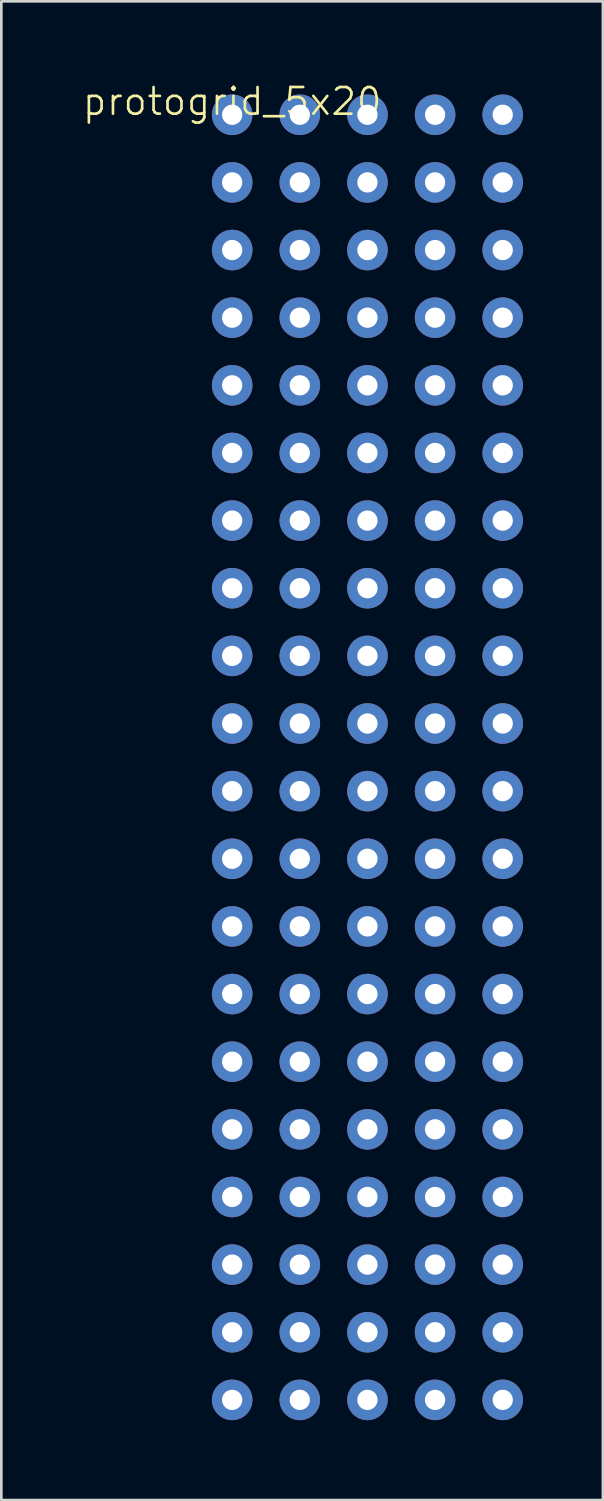
<source format=kicad_pcb>
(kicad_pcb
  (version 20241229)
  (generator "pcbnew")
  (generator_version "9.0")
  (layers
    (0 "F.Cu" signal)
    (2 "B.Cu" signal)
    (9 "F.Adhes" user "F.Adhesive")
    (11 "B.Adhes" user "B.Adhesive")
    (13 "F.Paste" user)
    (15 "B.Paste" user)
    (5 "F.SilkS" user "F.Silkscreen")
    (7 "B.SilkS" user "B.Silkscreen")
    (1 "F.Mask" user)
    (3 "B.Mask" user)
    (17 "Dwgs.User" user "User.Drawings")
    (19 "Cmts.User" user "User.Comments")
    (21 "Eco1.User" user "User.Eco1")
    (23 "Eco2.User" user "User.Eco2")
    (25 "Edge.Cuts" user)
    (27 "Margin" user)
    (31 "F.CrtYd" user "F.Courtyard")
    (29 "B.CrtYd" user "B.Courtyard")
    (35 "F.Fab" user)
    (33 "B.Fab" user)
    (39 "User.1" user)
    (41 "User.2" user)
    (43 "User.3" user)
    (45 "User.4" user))
  (footprint "protogrid_5x20"
    (layer "F.Cu")
    (at 5.669 1.26)
    (property "Reference" "protogrid_5x20" (at 0 -0.5 0) (unlocked yes) (layer "F.SilkS") (effects (font (size 1 1) (thickness 0.1))))
    (attr through_hole)
    (pad "1" thru_hole circle (at 0 0) (size 1.524 1.524) (drill 0.762) (layers "*.Cu" "*.Mask"))
    (pad "2" thru_hole circle (at 2.54 0) (size 1.524 1.524) (drill 0.762) (layers "*.Cu" "*.Mask"))
    (pad "3" thru_hole circle (at 5.08 0) (size 1.524 1.524) (drill 0.762) (layers "*.Cu" "*.Mask"))
    (pad "4" thru_hole circle (at 7.62 0) (size 1.524 1.524) (drill 0.762) (layers "*.Cu" "*.Mask"))
    (pad "5" thru_hole circle (at 10.16 0) (size 1.524 1.524) (drill 0.762) (layers "*.Cu" "*.Mask"))
    (pad "6" thru_hole circle (at 0 2.54) (size 1.524 1.524) (drill 0.762) (layers "*.Cu" "*.Mask"))
    (pad "7" thru_hole circle (at 2.54 2.54) (size 1.524 1.524) (drill 0.762) (layers "*.Cu" "*.Mask"))
    (pad "8" thru_hole circle (at 5.08 2.54) (size 1.524 1.524) (drill 0.762) (layers "*.Cu" "*.Mask"))
    (pad "9" thru_hole circle (at 7.62 2.54) (size 1.524 1.524) (drill 0.762) (layers "*.Cu" "*.Mask"))
    (pad "10" thru_hole circle (at 10.16 2.54) (size 1.524 1.524) (drill 0.762) (layers "*.Cu" "*.Mask"))
    (pad "11" thru_hole circle (at 0 5.08) (size 1.524 1.524) (drill 0.762) (layers "*.Cu" "*.Mask"))
    (pad "12" thru_hole circle (at 2.54 5.08) (size 1.524 1.524) (drill 0.762) (layers "*.Cu" "*.Mask"))
    (pad "13" thru_hole circle (at 5.08 5.08) (size 1.524 1.524) (drill 0.762) (layers "*.Cu" "*.Mask"))
    (pad "14" thru_hole circle (at 7.62 5.08) (size 1.524 1.524) (drill 0.762) (layers "*.Cu" "*.Mask"))
    (pad "15" thru_hole circle (at 10.16 5.08) (size 1.524 1.524) (drill 0.762) (layers "*.Cu" "*.Mask"))
    (pad "16" thru_hole circle (at 0 7.62) (size 1.524 1.524) (drill 0.762) (layers "*.Cu" "*.Mask"))
    (pad "17" thru_hole circle (at 2.54 7.62) (size 1.524 1.524) (drill 0.762) (layers "*.Cu" "*.Mask"))
    (pad "18" thru_hole circle (at 5.08 7.62) (size 1.524 1.524) (drill 0.762) (layers "*.Cu" "*.Mask"))
    (pad "19" thru_hole circle (at 7.62 7.62) (size 1.524 1.524) (drill 0.762) (layers "*.Cu" "*.Mask"))
    (pad "20" thru_hole circle (at 10.16 7.62) (size 1.524 1.524) (drill 0.762) (layers "*.Cu" "*.Mask"))
    (pad "21" thru_hole circle (at 0 10.16) (size 1.524 1.524) (drill 0.762) (layers "*.Cu" "*.Mask"))
    (pad "22" thru_hole circle (at 2.54 10.16) (size 1.524 1.524) (drill 0.762) (layers "*.Cu" "*.Mask"))
    (pad "23" thru_hole circle (at 5.08 10.16) (size 1.524 1.524) (drill 0.762) (layers "*.Cu" "*.Mask"))
    (pad "24" thru_hole circle (at 7.62 10.16) (size 1.524 1.524) (drill 0.762) (layers "*.Cu" "*.Mask"))
    (pad "25" thru_hole circle (at 10.16 10.16) (size 1.524 1.524) (drill 0.762) (layers "*.Cu" "*.Mask"))
    (pad "26" thru_hole circle (at 0 12.7) (size 1.524 1.524) (drill 0.762) (layers "*.Cu" "*.Mask"))
    (pad "27" thru_hole circle (at 2.54 12.7) (size 1.524 1.524) (drill 0.762) (layers "*.Cu" "*.Mask"))
    (pad "28" thru_hole circle (at 5.08 12.7) (size 1.524 1.524) (drill 0.762) (layers "*.Cu" "*.Mask"))
    (pad "29" thru_hole circle (at 7.62 12.7) (size 1.524 1.524) (drill 0.762) (layers "*.Cu" "*.Mask"))
    (pad "30" thru_hole circle (at 10.16 12.7) (size 1.524 1.524) (drill 0.762) (layers "*.Cu" "*.Mask"))
    (pad "31" thru_hole circle (at 0 15.24) (size 1.524 1.524) (drill 0.762) (layers "*.Cu" "*.Mask"))
    (pad "32" thru_hole circle (at 2.54 15.24) (size 1.524 1.524) (drill 0.762) (layers "*.Cu" "*.Mask"))
    (pad "33" thru_hole circle (at 5.08 15.24) (size 1.524 1.524) (drill 0.762) (layers "*.Cu" "*.Mask"))
    (pad "34" thru_hole circle (at 7.62 15.24) (size 1.524 1.524) (drill 0.762) (layers "*.Cu" "*.Mask"))
    (pad "35" thru_hole circle (at 10.16 15.24) (size 1.524 1.524) (drill 0.762) (layers "*.Cu" "*.Mask"))
    (pad "36" thru_hole circle (at 0 17.78) (size 1.524 1.524) (drill 0.762) (layers "*.Cu" "*.Mask"))
    (pad "37" thru_hole circle (at 2.54 17.78) (size 1.524 1.524) (drill 0.762) (layers "*.Cu" "*.Mask"))
    (pad "38" thru_hole circle (at 5.08 17.78) (size 1.524 1.524) (drill 0.762) (layers "*.Cu" "*.Mask"))
    (pad "39" thru_hole circle (at 7.62 17.78) (size 1.524 1.524) (drill 0.762) (layers "*.Cu" "*.Mask"))
    (pad "40" thru_hole circle (at 10.16 17.78) (size 1.524 1.524) (drill 0.762) (layers "*.Cu" "*.Mask"))
    (pad "41" thru_hole circle (at 0 20.32) (size 1.524 1.524) (drill 0.762) (layers "*.Cu" "*.Mask"))
    (pad "42" thru_hole circle (at 2.54 20.32) (size 1.524 1.524) (drill 0.762) (layers "*.Cu" "*.Mask"))
    (pad "43" thru_hole circle (at 5.08 20.32) (size 1.524 1.524) (drill 0.762) (layers "*.Cu" "*.Mask"))
    (pad "44" thru_hole circle (at 7.62 20.32) (size 1.524 1.524) (drill 0.762) (layers "*.Cu" "*.Mask"))
    (pad "45" thru_hole circle (at 10.16 20.32) (size 1.524 1.524) (drill 0.762) (layers "*.Cu" "*.Mask"))
    (pad "46" thru_hole circle (at 0 22.86) (size 1.524 1.524) (drill 0.762) (layers "*.Cu" "*.Mask"))
    (pad "47" thru_hole circle (at 2.54 22.86) (size 1.524 1.524) (drill 0.762) (layers "*.Cu" "*.Mask"))
    (pad "48" thru_hole circle (at 5.08 22.86) (size 1.524 1.524) (drill 0.762) (layers "*.Cu" "*.Mask"))
    (pad "49" thru_hole circle (at 7.62 22.86) (size 1.524 1.524) (drill 0.762) (layers "*.Cu" "*.Mask"))
    (pad "50" thru_hole circle (at 10.16 22.86) (size 1.524 1.524) (drill 0.762) (layers "*.Cu" "*.Mask"))
    (pad "51" thru_hole circle (at 0 25.4) (size 1.524 1.524) (drill 0.762) (layers "*.Cu" "*.Mask"))
    (pad "52" thru_hole circle (at 2.54 25.4) (size 1.524 1.524) (drill 0.762) (layers "*.Cu" "*.Mask"))
    (pad "53" thru_hole circle (at 5.08 25.4) (size 1.524 1.524) (drill 0.762) (layers "*.Cu" "*.Mask"))
    (pad "54" thru_hole circle (at 7.62 25.4) (size 1.524 1.524) (drill 0.762) (layers "*.Cu" "*.Mask"))
    (pad "55" thru_hole circle (at 10.16 25.4) (size 1.524 1.524) (drill 0.762) (layers "*.Cu" "*.Mask"))
    (pad "56" thru_hole circle (at 0 27.94) (size 1.524 1.524) (drill 0.762) (layers "*.Cu" "*.Mask"))
    (pad "57" thru_hole circle (at 2.54 27.94) (size 1.524 1.524) (drill 0.762) (layers "*.Cu" "*.Mask"))
    (pad "58" thru_hole circle (at 5.08 27.94) (size 1.524 1.524) (drill 0.762) (layers "*.Cu" "*.Mask"))
    (pad "59" thru_hole circle (at 7.62 27.94) (size 1.524 1.524) (drill 0.762) (layers "*.Cu" "*.Mask"))
    (pad "60" thru_hole circle (at 10.16 27.94) (size 1.524 1.524) (drill 0.762) (layers "*.Cu" "*.Mask"))
    (pad "61" thru_hole circle (at 0 30.48) (size 1.524 1.524) (drill 0.762) (layers "*.Cu" "*.Mask"))
    (pad "62" thru_hole circle (at 2.54 30.48) (size 1.524 1.524) (drill 0.762) (layers "*.Cu" "*.Mask"))
    (pad "63" thru_hole circle (at 5.08 30.48) (size 1.524 1.524) (drill 0.762) (layers "*.Cu" "*.Mask"))
    (pad "64" thru_hole circle (at 7.62 30.48) (size 1.524 1.524) (drill 0.762) (layers "*.Cu" "*.Mask"))
    (pad "65" thru_hole circle (at 10.16 30.48) (size 1.524 1.524) (drill 0.762) (layers "*.Cu" "*.Mask"))
    (pad "66" thru_hole circle (at 0 33.02) (size 1.524 1.524) (drill 0.762) (layers "*.Cu" "*.Mask"))
    (pad "67" thru_hole circle (at 2.54 33.02) (size 1.524 1.524) (drill 0.762) (layers "*.Cu" "*.Mask"))
    (pad "68" thru_hole circle (at 5.08 33.02) (size 1.524 1.524) (drill 0.762) (layers "*.Cu" "*.Mask"))
    (pad "69" thru_hole circle (at 7.62 33.02) (size 1.524 1.524) (drill 0.762) (layers "*.Cu" "*.Mask"))
    (pad "70" thru_hole circle (at 10.16 33.02) (size 1.524 1.524) (drill 0.762) (layers "*.Cu" "*.Mask"))
    (pad "71" thru_hole circle (at 0 35.56) (size 1.524 1.524) (drill 0.762) (layers "*.Cu" "*.Mask"))
    (pad "72" thru_hole circle (at 2.54 35.56) (size 1.524 1.524) (drill 0.762) (layers "*.Cu" "*.Mask"))
    (pad "73" thru_hole circle (at 5.08 35.56) (size 1.524 1.524) (drill 0.762) (layers "*.Cu" "*.Mask"))
    (pad "74" thru_hole circle (at 7.62 35.56) (size 1.524 1.524) (drill 0.762) (layers "*.Cu" "*.Mask"))
    (pad "75" thru_hole circle (at 10.16 35.56) (size 1.524 1.524) (drill 0.762) (layers "*.Cu" "*.Mask"))
    (pad "76" thru_hole circle (at 0 38.1) (size 1.524 1.524) (drill 0.762) (layers "*.Cu" "*.Mask"))
    (pad "77" thru_hole circle (at 2.54 38.1) (size 1.524 1.524) (drill 0.762) (layers "*.Cu" "*.Mask"))
    (pad "78" thru_hole circle (at 5.08 38.1) (size 1.524 1.524) (drill 0.762) (layers "*.Cu" "*.Mask"))
    (pad "79" thru_hole circle (at 7.62 38.1) (size 1.524 1.524) (drill 0.762) (layers "*.Cu" "*.Mask"))
    (pad "80" thru_hole circle (at 10.16 38.1) (size 1.524 1.524) (drill 0.762) (layers "*.Cu" "*.Mask"))
    (pad "81" thru_hole circle (at 0 40.64) (size 1.524 1.524) (drill 0.762) (layers "*.Cu" "*.Mask"))
    (pad "82" thru_hole circle (at 2.54 40.64) (size 1.524 1.524) (drill 0.762) (layers "*.Cu" "*.Mask"))
    (pad "83" thru_hole circle (at 5.08 40.64) (size 1.524 1.524) (drill 0.762) (layers "*.Cu" "*.Mask"))
    (pad "84" thru_hole circle (at 7.62 40.64) (size 1.524 1.524) (drill 0.762) (layers "*.Cu" "*.Mask"))
    (pad "85" thru_hole circle (at 10.16 40.64) (size 1.524 1.524) (drill 0.762) (layers "*.Cu" "*.Mask"))
    (pad "86" thru_hole circle (at 0 43.18) (size 1.524 1.524) (drill 0.762) (layers "*.Cu" "*.Mask"))
    (pad "87" thru_hole circle (at 2.54 43.18) (size 1.524 1.524) (drill 0.762) (layers "*.Cu" "*.Mask"))
    (pad "88" thru_hole circle (at 5.08 43.18) (size 1.524 1.524) (drill 0.762) (layers "*.Cu" "*.Mask"))
    (pad "89" thru_hole circle (at 7.62 43.18) (size 1.524 1.524) (drill 0.762) (layers "*.Cu" "*.Mask"))
    (pad "90" thru_hole circle (at 10.16 43.18) (size 1.524 1.524) (drill 0.762) (layers "*.Cu" "*.Mask"))
    (pad "91" thru_hole circle (at 0 45.72) (size 1.524 1.524) (drill 0.762) (layers "*.Cu" "*.Mask"))
    (pad "92" thru_hole circle (at 2.54 45.72) (size 1.524 1.524) (drill 0.762) (layers "*.Cu" "*.Mask"))
    (pad "93" thru_hole circle (at 5.08 45.72) (size 1.524 1.524) (drill 0.762) (layers "*.Cu" "*.Mask"))
    (pad "94" thru_hole circle (at 7.62 45.72) (size 1.524 1.524) (drill 0.762) (layers "*.Cu" "*.Mask"))
    (pad "95" thru_hole circle (at 10.16 45.72) (size 1.524 1.524) (drill 0.762) (layers "*.Cu" "*.Mask"))
    (pad "96" thru_hole circle (at 0 48.26) (size 1.524 1.524) (drill 0.762) (layers "*.Cu" "*.Mask"))
    (pad "97" thru_hole circle (at 2.54 48.26) (size 1.524 1.524) (drill 0.762) (layers "*.Cu" "*.Mask"))
    (pad "98" thru_hole circle (at 5.08 48.26) (size 1.524 1.524) (drill 0.762) (layers "*.Cu" "*.Mask"))
    (pad "99" thru_hole circle (at 7.62 48.26) (size 1.524 1.524) (drill 0.762) (layers "*.Cu" "*.Mask"))
    (pad "100" thru_hole circle (at 10.16 48.26) (size 1.524 1.524) (drill 0.762) (layers "*.Cu" "*.Mask")))
  (gr_rect
    (start -3 -3)
    (end 19.591 53.282)
    (stroke (width 0.1) (type default))
    (fill no)
    (layer "Edge.Cuts")))
</source>
